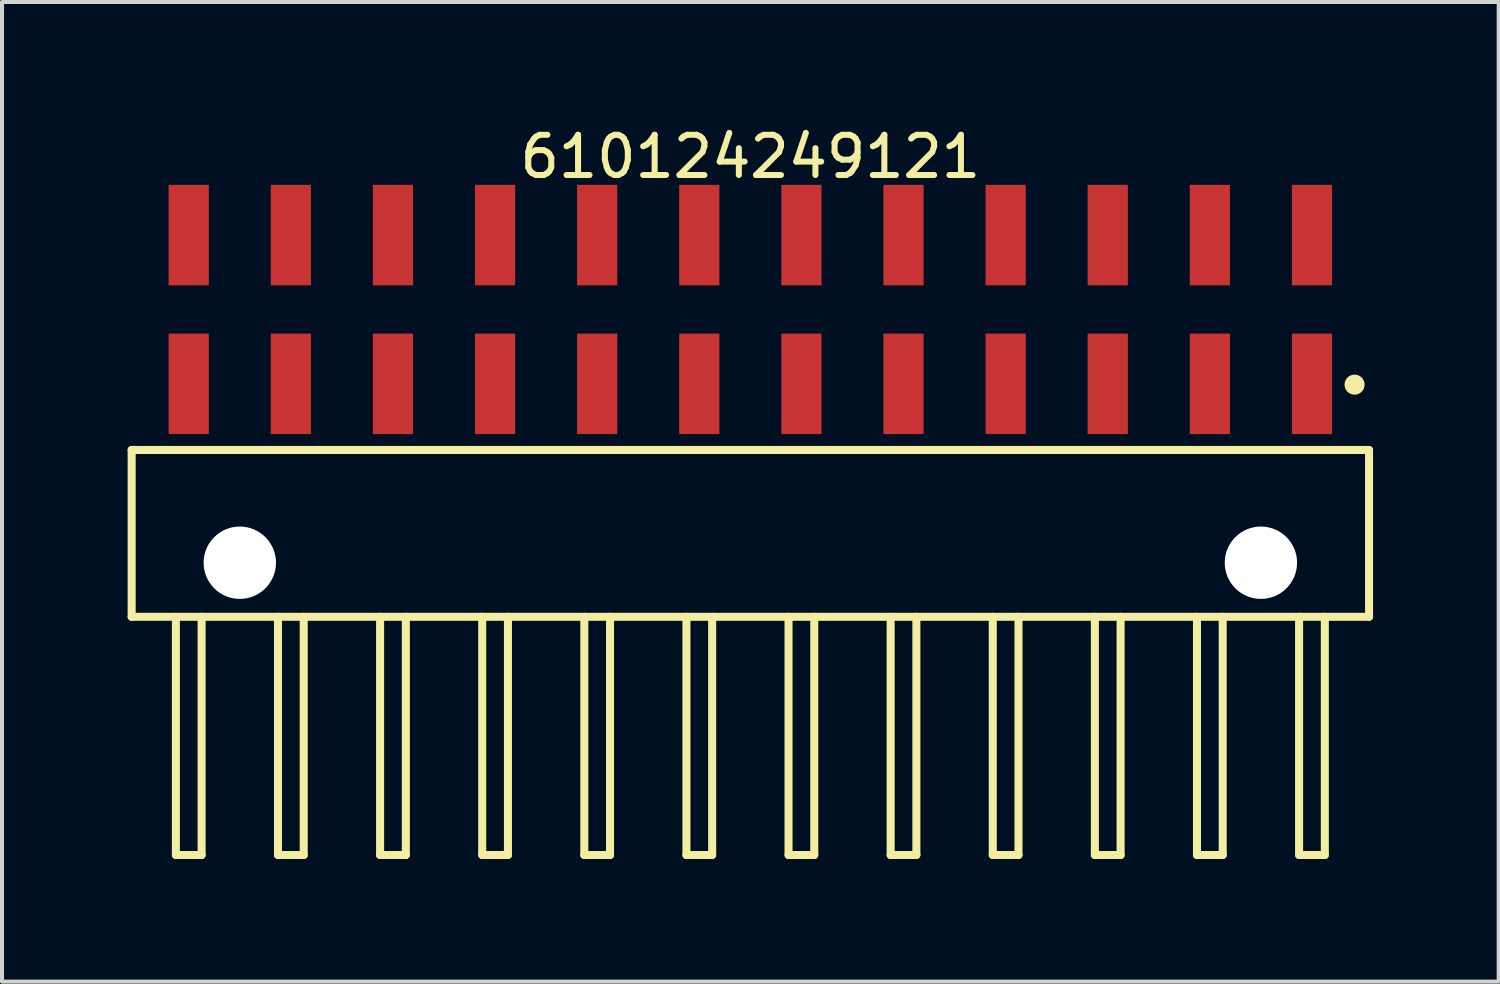
<source format=kicad_pcb>
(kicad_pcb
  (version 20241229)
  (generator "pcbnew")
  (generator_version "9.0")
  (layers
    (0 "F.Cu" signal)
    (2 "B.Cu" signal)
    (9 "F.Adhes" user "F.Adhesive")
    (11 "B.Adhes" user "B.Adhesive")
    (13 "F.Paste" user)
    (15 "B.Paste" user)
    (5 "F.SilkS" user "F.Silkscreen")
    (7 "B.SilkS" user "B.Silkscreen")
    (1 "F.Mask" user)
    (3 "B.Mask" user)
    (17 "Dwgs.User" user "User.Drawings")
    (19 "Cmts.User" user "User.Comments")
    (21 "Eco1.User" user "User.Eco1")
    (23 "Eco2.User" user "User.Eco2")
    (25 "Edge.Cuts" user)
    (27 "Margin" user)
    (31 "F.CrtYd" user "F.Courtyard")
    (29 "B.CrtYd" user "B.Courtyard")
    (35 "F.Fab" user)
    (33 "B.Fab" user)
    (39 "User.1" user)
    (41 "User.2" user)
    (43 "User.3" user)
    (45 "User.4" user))
  (footprint "610124249121"
    (layer "F.Cu")
    (at 15.615 10.218)
    (property "Reference" "610124249121" (at 0 -9.37 0) (layer "F.SilkS") (effects (font (size 1 1) (thickness 0.15))))
    (fp_line (start -15.39 -2.075) (end 15.39 -2.075) (stroke (width 0.2) (type solid)) (layer "F.SilkS"))
    (fp_line (start -15.39 2.075) (end -15.39 -2.075) (stroke (width 0.2) (type solid)) (layer "F.SilkS"))
    (fp_line (start -15.39 2.075) (end 15.39 2.075) (stroke (width 0.2) (type solid)) (layer "F.SilkS"))
    (fp_line (start -14.29 8) (end -14.29 2.075) (stroke (width 0.2) (type solid)) (layer "F.SilkS"))
    (fp_line (start -14.29 8) (end -13.65 8) (stroke (width 0.2) (type solid)) (layer "F.SilkS"))
    (fp_line (start -13.65 8) (end -13.65 2.075) (stroke (width 0.2) (type solid)) (layer "F.SilkS"))
    (fp_line (start -11.75 8) (end -11.75 2.075) (stroke (width 0.2) (type solid)) (layer "F.SilkS"))
    (fp_line (start -11.75 8) (end -11.11 8) (stroke (width 0.2) (type solid)) (layer "F.SilkS"))
    (fp_line (start -11.11 8) (end -11.11 2.075) (stroke (width 0.2) (type solid)) (layer "F.SilkS"))
    (fp_line (start -9.21 8) (end -9.21 2.075) (stroke (width 0.2) (type solid)) (layer "F.SilkS"))
    (fp_line (start -9.21 8) (end -8.57 8) (stroke (width 0.2) (type solid)) (layer "F.SilkS"))
    (fp_line (start -8.57 8) (end -8.57 2.075) (stroke (width 0.2) (type solid)) (layer "F.SilkS"))
    (fp_line (start -6.67 8) (end -6.67 2.075) (stroke (width 0.2) (type solid)) (layer "F.SilkS"))
    (fp_line (start -6.67 8) (end -6.03 8) (stroke (width 0.2) (type solid)) (layer "F.SilkS"))
    (fp_line (start -6.03 8) (end -6.03 2.075) (stroke (width 0.2) (type solid)) (layer "F.SilkS"))
    (fp_line (start -4.13 8) (end -4.13 2.075) (stroke (width 0.2) (type solid)) (layer "F.SilkS"))
    (fp_line (start -4.13 8) (end -3.49 8) (stroke (width 0.2) (type solid)) (layer "F.SilkS"))
    (fp_line (start -3.49 8) (end -3.49 2.075) (stroke (width 0.2) (type solid)) (layer "F.SilkS"))
    (fp_line (start -1.59 8) (end -1.59 2.075) (stroke (width 0.2) (type solid)) (layer "F.SilkS"))
    (fp_line (start -1.59 8) (end -0.95 8) (stroke (width 0.2) (type solid)) (layer "F.SilkS"))
    (fp_line (start -0.95 8) (end -0.95 2.075) (stroke (width 0.2) (type solid)) (layer "F.SilkS"))
    (fp_line (start 0.95 8) (end 0.95 2.075) (stroke (width 0.2) (type solid)) (layer "F.SilkS"))
    (fp_line (start 0.95 8) (end 1.59 8) (stroke (width 0.2) (type solid)) (layer "F.SilkS"))
    (fp_line (start 1.59 8) (end 1.59 2.075) (stroke (width 0.2) (type solid)) (layer "F.SilkS"))
    (fp_line (start 3.49 8) (end 3.49 2.075) (stroke (width 0.2) (type solid)) (layer "F.SilkS"))
    (fp_line (start 3.49 8) (end 4.13 8) (stroke (width 0.2) (type solid)) (layer "F.SilkS"))
    (fp_line (start 4.13 8) (end 4.13 2.075) (stroke (width 0.2) (type solid)) (layer "F.SilkS"))
    (fp_line (start 6.03 8) (end 6.03 2.075) (stroke (width 0.2) (type solid)) (layer "F.SilkS"))
    (fp_line (start 6.03 8) (end 6.67 8) (stroke (width 0.2) (type solid)) (layer "F.SilkS"))
    (fp_line (start 6.67 8) (end 6.67 2.075) (stroke (width 0.2) (type solid)) (layer "F.SilkS"))
    (fp_line (start 8.57 8) (end 8.57 2.075) (stroke (width 0.2) (type solid)) (layer "F.SilkS"))
    (fp_line (start 8.57 8) (end 9.21 8) (stroke (width 0.2) (type solid)) (layer "F.SilkS"))
    (fp_line (start 9.21 8) (end 9.21 2.075) (stroke (width 0.2) (type solid)) (layer "F.SilkS"))
    (fp_line (start 11.11 8) (end 11.11 2.075) (stroke (width 0.2) (type solid)) (layer "F.SilkS"))
    (fp_line (start 11.11 8) (end 11.75 8) (stroke (width 0.2) (type solid)) (layer "F.SilkS"))
    (fp_line (start 11.75 8) (end 11.75 2.075) (stroke (width 0.2) (type solid)) (layer "F.SilkS"))
    (fp_line (start 13.65 8) (end 13.65 2.075) (stroke (width 0.2) (type solid)) (layer "F.SilkS"))
    (fp_line (start 13.65 8) (end 14.29 8) (stroke (width 0.2) (type solid)) (layer "F.SilkS"))
    (fp_line (start 14.29 8) (end 14.29 2.075) (stroke (width 0.2) (type solid)) (layer "F.SilkS"))
    (fp_line (start 15.39 2.075) (end 15.39 -2.075) (stroke (width 0.2) (type solid)) (layer "F.SilkS"))
    (fp_circle (center 15.03 -3.7) (end 15.03 -3.825) (stroke (width 0.25) (type solid)) (fill no) (layer "F.SilkS"))
    (fp_line (start -15.59 -8.87) (end 15.59 -8.87) (stroke (width 0.05) (type solid)) (layer "Eco2.User"))
    (fp_line (start -15.59 8.125) (end -15.59 -8.87) (stroke (width 0.05) (type solid)) (layer "Eco2.User"))
    (fp_line (start -15.59 8.125) (end 15.59 8.125) (stroke (width 0.05) (type solid)) (layer "Eco2.User"))
    (fp_line (start -15.24 -2) (end 15.24 -2) (stroke (width 0.1) (type solid)) (layer "Eco2.User"))
    (fp_line (start -15.24 2) (end -15.24 -2) (stroke (width 0.1) (type solid)) (layer "Eco2.User"))
    (fp_line (start -15.24 2) (end 15.24 2) (stroke (width 0.1) (type solid)) (layer "Eco2.User"))
    (fp_line (start -14.3 -8.16) (end -13.66 -8.16) (stroke (width 0.1) (type solid)) (layer "Eco2.User"))
    (fp_line (start -14.3 -7.815) (end -14.3 -8.16) (stroke (width 0.1) (type solid)) (layer "Eco2.User"))
    (fp_line (start -14.3 -7.535) (end -14.3 -7.815) (stroke (width 0.1) (type solid)) (layer "Eco2.User"))
    (fp_line (start -14.3 -4.48) (end -13.66 -4.48) (stroke (width 0.1) (type solid)) (layer "Eco2.User"))
    (fp_line (start -14.3 -4.135) (end -14.3 -4.26) (stroke (width 0.1) (type solid)) (layer "Eco2.User"))
    (fp_line (start -14.3 -2) (end -14.3 -8.16) (stroke (width 0.1) (type solid)) (layer "Eco2.User"))
    (fp_line (start -14.29 8) (end -14.29 2) (stroke (width 0.1) (type solid)) (layer "Eco2.User"))
    (fp_line (start -14.29 8) (end -13.65 8) (stroke (width 0.1) (type solid)) (layer "Eco2.User"))
    (fp_line (start -13.66 -7.815) (end -13.66 -8.16) (stroke (width 0.1) (type solid)) (layer "Eco2.User"))
    (fp_line (start -13.66 -7.535) (end -13.66 -7.815) (stroke (width 0.1) (type solid)) (layer "Eco2.User"))
    (fp_line (start -13.66 -4.135) (end -13.66 -4.26) (stroke (width 0.1) (type solid)) (layer "Eco2.User"))
    (fp_line (start -13.66 -2) (end -13.66 -8.16) (stroke (width 0.1) (type solid)) (layer "Eco2.User"))
    (fp_line (start -13.65 8) (end -13.65 2) (stroke (width 0.1) (type solid)) (layer "Eco2.User"))
    (fp_line (start -11.76 -8.16) (end -11.12 -8.16) (stroke (width 0.1) (type solid)) (layer "Eco2.User"))
    (fp_line (start -11.76 -7.815) (end -11.76 -8.16) (stroke (width 0.1) (type solid)) (layer "Eco2.User"))
    (fp_line (start -11.76 -7.535) (end -11.76 -7.815) (stroke (width 0.1) (type solid)) (layer "Eco2.User"))
    (fp_line (start -11.76 -4.48) (end -11.12 -4.48) (stroke (width 0.1) (type solid)) (layer "Eco2.User"))
    (fp_line (start -11.76 -4.135) (end -11.76 -4.26) (stroke (width 0.1) (type solid)) (layer "Eco2.User"))
    (fp_line (start -11.76 -2) (end -11.76 -8.16) (stroke (width 0.1) (type solid)) (layer "Eco2.User"))
    (fp_line (start -11.75 8) (end -11.75 2) (stroke (width 0.1) (type solid)) (layer "Eco2.User"))
    (fp_line (start -11.75 8) (end -11.11 8) (stroke (width 0.1) (type solid)) (layer "Eco2.User"))
    (fp_line (start -11.12 -7.815) (end -11.12 -8.16) (stroke (width 0.1) (type solid)) (layer "Eco2.User"))
    (fp_line (start -11.12 -7.535) (end -11.12 -7.815) (stroke (width 0.1) (type solid)) (layer "Eco2.User"))
    (fp_line (start -11.12 -4.135) (end -11.12 -4.26) (stroke (width 0.1) (type solid)) (layer "Eco2.User"))
    (fp_line (start -11.12 -2) (end -11.12 -8.16) (stroke (width 0.1) (type solid)) (layer "Eco2.User"))
    (fp_line (start -11.11 8) (end -11.11 2) (stroke (width 0.1) (type solid)) (layer "Eco2.User"))
    (fp_line (start -9.22 -8.16) (end -8.58 -8.16) (stroke (width 0.1) (type solid)) (layer "Eco2.User"))
    (fp_line (start -9.22 -7.815) (end -9.22 -8.16) (stroke (width 0.1) (type solid)) (layer "Eco2.User"))
    (fp_line (start -9.22 -7.535) (end -9.22 -7.815) (stroke (width 0.1) (type solid)) (layer "Eco2.User"))
    (fp_line (start -9.22 -4.48) (end -8.58 -4.48) (stroke (width 0.1) (type solid)) (layer "Eco2.User"))
    (fp_line (start -9.22 -4.135) (end -9.22 -4.26) (stroke (width 0.1) (type solid)) (layer "Eco2.User"))
    (fp_line (start -9.22 -2) (end -9.22 -8.16) (stroke (width 0.1) (type solid)) (layer "Eco2.User"))
    (fp_line (start -9.21 8) (end -9.21 2) (stroke (width 0.1) (type solid)) (layer "Eco2.User"))
    (fp_line (start -9.21 8) (end -8.57 8) (stroke (width 0.1) (type solid)) (layer "Eco2.User"))
    (fp_line (start -8.58 -7.815) (end -8.58 -8.16) (stroke (width 0.1) (type solid)) (layer "Eco2.User"))
    (fp_line (start -8.58 -7.535) (end -8.58 -7.815) (stroke (width 0.1) (type solid)) (layer "Eco2.User"))
    (fp_line (start -8.58 -4.135) (end -8.58 -4.26) (stroke (width 0.1) (type solid)) (layer "Eco2.User"))
    (fp_line (start -8.58 -2) (end -8.58 -8.16) (stroke (width 0.1) (type solid)) (layer "Eco2.User"))
    (fp_line (start -8.57 8) (end -8.57 2) (stroke (width 0.1) (type solid)) (layer "Eco2.User"))
    (fp_line (start -6.68 -8.16) (end -6.04 -8.16) (stroke (width 0.1) (type solid)) (layer "Eco2.User"))
    (fp_line (start -6.68 -7.815) (end -6.68 -8.16) (stroke (width 0.1) (type solid)) (layer "Eco2.User"))
    (fp_line (start -6.68 -7.535) (end -6.68 -7.815) (stroke (width 0.1) (type solid)) (layer "Eco2.User"))
    (fp_line (start -6.68 -4.48) (end -6.04 -4.48) (stroke (width 0.1) (type solid)) (layer "Eco2.User"))
    (fp_line (start -6.68 -4.135) (end -6.68 -4.26) (stroke (width 0.1) (type solid)) (layer "Eco2.User"))
    (fp_line (start -6.68 -2) (end -6.68 -8.16) (stroke (width 0.1) (type solid)) (layer "Eco2.User"))
    (fp_line (start -6.67 8) (end -6.67 2) (stroke (width 0.1) (type solid)) (layer "Eco2.User"))
    (fp_line (start -6.67 8) (end -6.03 8) (stroke (width 0.1) (type solid)) (layer "Eco2.User"))
    (fp_line (start -6.04 -7.815) (end -6.04 -8.16) (stroke (width 0.1) (type solid)) (layer "Eco2.User"))
    (fp_line (start -6.04 -7.535) (end -6.04 -7.815) (stroke (width 0.1) (type solid)) (layer "Eco2.User"))
    (fp_line (start -6.04 -4.135) (end -6.04 -4.26) (stroke (width 0.1) (type solid)) (layer "Eco2.User"))
    (fp_line (start -6.04 -2) (end -6.04 -8.16) (stroke (width 0.1) (type solid)) (layer "Eco2.User"))
    (fp_line (start -6.03 8) (end -6.03 2) (stroke (width 0.1) (type solid)) (layer "Eco2.User"))
    (fp_line (start -4.14 -8.16) (end -3.5 -8.16) (stroke (width 0.1) (type solid)) (layer "Eco2.User"))
    (fp_line (start -4.14 -7.815) (end -4.14 -8.16) (stroke (width 0.1) (type solid)) (layer "Eco2.User"))
    (fp_line (start -4.14 -7.535) (end -4.14 -7.815) (stroke (width 0.1) (type solid)) (layer "Eco2.User"))
    (fp_line (start -4.14 -4.48) (end -3.5 -4.48) (stroke (width 0.1) (type solid)) (layer "Eco2.User"))
    (fp_line (start -4.14 -4.135) (end -4.14 -4.26) (stroke (width 0.1) (type solid)) (layer "Eco2.User"))
    (fp_line (start -4.14 -2) (end -4.14 -8.16) (stroke (width 0.1) (type solid)) (layer "Eco2.User"))
    (fp_line (start -4.13 8) (end -4.13 2) (stroke (width 0.1) (type solid)) (layer "Eco2.User"))
    (fp_line (start -4.13 8) (end -3.49 8) (stroke (width 0.1) (type solid)) (layer "Eco2.User"))
    (fp_line (start -3.5 -7.815) (end -3.5 -8.16) (stroke (width 0.1) (type solid)) (layer "Eco2.User"))
    (fp_line (start -3.5 -7.535) (end -3.5 -7.815) (stroke (width 0.1) (type solid)) (layer "Eco2.User"))
    (fp_line (start -3.5 -4.135) (end -3.5 -4.26) (stroke (width 0.1) (type solid)) (layer "Eco2.User"))
    (fp_line (start -3.5 -2) (end -3.5 -8.16) (stroke (width 0.1) (type solid)) (layer "Eco2.User"))
    (fp_line (start -3.49 8) (end -3.49 2) (stroke (width 0.1) (type solid)) (layer "Eco2.User"))
    (fp_line (start -1.6 -8.16) (end -0.96 -8.16) (stroke (width 0.1) (type solid)) (layer "Eco2.User"))
    (fp_line (start -1.6 -7.815) (end -1.6 -8.16) (stroke (width 0.1) (type solid)) (layer "Eco2.User"))
    (fp_line (start -1.6 -7.535) (end -1.6 -7.815) (stroke (width 0.1) (type solid)) (layer "Eco2.User"))
    (fp_line (start -1.6 -4.48) (end -0.96 -4.48) (stroke (width 0.1) (type solid)) (layer "Eco2.User"))
    (fp_line (start -1.6 -4.135) (end -1.6 -4.26) (stroke (width 0.1) (type solid)) (layer "Eco2.User"))
    (fp_line (start -1.6 -2) (end -1.6 -8.16) (stroke (width 0.1) (type solid)) (layer "Eco2.User"))
    (fp_line (start -1.59 8) (end -1.59 2) (stroke (width 0.1) (type solid)) (layer "Eco2.User"))
    (fp_line (start -1.59 8) (end -0.95 8) (stroke (width 0.1) (type solid)) (layer "Eco2.User"))
    (fp_line (start -0.96 -7.815) (end -0.96 -8.16) (stroke (width 0.1) (type solid)) (layer "Eco2.User"))
    (fp_line (start -0.96 -7.535) (end -0.96 -7.815) (stroke (width 0.1) (type solid)) (layer "Eco2.User"))
    (fp_line (start -0.96 -4.135) (end -0.96 -4.26) (stroke (width 0.1) (type solid)) (layer "Eco2.User"))
    (fp_line (start -0.96 -2) (end -0.96 -8.16) (stroke (width 0.1) (type solid)) (layer "Eco2.User"))
    (fp_line (start -0.95 8) (end -0.95 2) (stroke (width 0.1) (type solid)) (layer "Eco2.User"))
    (fp_line (start -0.5 0) (end 0.5 0) (stroke (width 0.05) (type solid)) (layer "Eco2.User"))
    (fp_line (start 0 0.5) (end 0 -0.5) (stroke (width 0.05) (type solid)) (layer "Eco2.User"))
    (fp_line (start 0.94 -8.16) (end 1.58 -8.16) (stroke (width 0.1) (type solid)) (layer "Eco2.User"))
    (fp_line (start 0.94 -7.815) (end 0.94 -8.16) (stroke (width 0.1) (type solid)) (layer "Eco2.User"))
    (fp_line (start 0.94 -7.535) (end 0.94 -7.815) (stroke (width 0.1) (type solid)) (layer "Eco2.User"))
    (fp_line (start 0.94 -4.48) (end 1.58 -4.48) (stroke (width 0.1) (type solid)) (layer "Eco2.User"))
    (fp_line (start 0.94 -4.135) (end 0.94 -4.26) (stroke (width 0.1) (type solid)) (layer "Eco2.User"))
    (fp_line (start 0.94 -2) (end 0.94 -8.16) (stroke (width 0.1) (type solid)) (layer "Eco2.User"))
    (fp_line (start 0.95 8) (end 0.95 2) (stroke (width 0.1) (type solid)) (layer "Eco2.User"))
    (fp_line (start 0.95 8) (end 1.59 8) (stroke (width 0.1) (type solid)) (layer "Eco2.User"))
    (fp_line (start 1.58 -7.815) (end 1.58 -8.16) (stroke (width 0.1) (type solid)) (layer "Eco2.User"))
    (fp_line (start 1.58 -7.535) (end 1.58 -7.815) (stroke (width 0.1) (type solid)) (layer "Eco2.User"))
    (fp_line (start 1.58 -4.135) (end 1.58 -4.26) (stroke (width 0.1) (type solid)) (layer "Eco2.User"))
    (fp_line (start 1.58 -2) (end 1.58 -8.16) (stroke (width 0.1) (type solid)) (layer "Eco2.User"))
    (fp_line (start 1.59 8) (end 1.59 2) (stroke (width 0.1) (type solid)) (layer "Eco2.User"))
    (fp_line (start 3.48 -8.16) (end 4.12 -8.16) (stroke (width 0.1) (type solid)) (layer "Eco2.User"))
    (fp_line (start 3.48 -7.815) (end 3.48 -8.16) (stroke (width 0.1) (type solid)) (layer "Eco2.User"))
    (fp_line (start 3.48 -7.535) (end 3.48 -7.815) (stroke (width 0.1) (type solid)) (layer "Eco2.User"))
    (fp_line (start 3.48 -4.48) (end 4.12 -4.48) (stroke (width 0.1) (type solid)) (layer "Eco2.User"))
    (fp_line (start 3.48 -4.135) (end 3.48 -4.26) (stroke (width 0.1) (type solid)) (layer "Eco2.User"))
    (fp_line (start 3.48 -2) (end 3.48 -8.16) (stroke (width 0.1) (type solid)) (layer "Eco2.User"))
    (fp_line (start 3.49 8) (end 3.49 2) (stroke (width 0.1) (type solid)) (layer "Eco2.User"))
    (fp_line (start 3.49 8) (end 4.13 8) (stroke (width 0.1) (type solid)) (layer "Eco2.User"))
    (fp_line (start 4.12 -7.815) (end 4.12 -8.16) (stroke (width 0.1) (type solid)) (layer "Eco2.User"))
    (fp_line (start 4.12 -7.535) (end 4.12 -7.815) (stroke (width 0.1) (type solid)) (layer "Eco2.User"))
    (fp_line (start 4.12 -4.135) (end 4.12 -4.26) (stroke (width 0.1) (type solid)) (layer "Eco2.User"))
    (fp_line (start 4.12 -2) (end 4.12 -8.16) (stroke (width 0.1) (type solid)) (layer "Eco2.User"))
    (fp_line (start 4.13 8) (end 4.13 2) (stroke (width 0.1) (type solid)) (layer "Eco2.User"))
    (fp_line (start 6.02 -8.16) (end 6.66 -8.16) (stroke (width 0.1) (type solid)) (layer "Eco2.User"))
    (fp_line (start 6.02 -7.815) (end 6.02 -8.16) (stroke (width 0.1) (type solid)) (layer "Eco2.User"))
    (fp_line (start 6.02 -7.535) (end 6.02 -7.815) (stroke (width 0.1) (type solid)) (layer "Eco2.User"))
    (fp_line (start 6.02 -4.48) (end 6.66 -4.48) (stroke (width 0.1) (type solid)) (layer "Eco2.User"))
    (fp_line (start 6.02 -4.135) (end 6.02 -4.26) (stroke (width 0.1) (type solid)) (layer "Eco2.User"))
    (fp_line (start 6.02 -2) (end 6.02 -8.16) (stroke (width 0.1) (type solid)) (layer "Eco2.User"))
    (fp_line (start 6.03 8) (end 6.03 2) (stroke (width 0.1) (type solid)) (layer "Eco2.User"))
    (fp_line (start 6.03 8) (end 6.67 8) (stroke (width 0.1) (type solid)) (layer "Eco2.User"))
    (fp_line (start 6.66 -7.815) (end 6.66 -8.16) (stroke (width 0.1) (type solid)) (layer "Eco2.User"))
    (fp_line (start 6.66 -7.535) (end 6.66 -7.815) (stroke (width 0.1) (type solid)) (layer "Eco2.User"))
    (fp_line (start 6.66 -4.135) (end 6.66 -4.26) (stroke (width 0.1) (type solid)) (layer "Eco2.User"))
    (fp_line (start 6.66 -2) (end 6.66 -8.16) (stroke (width 0.1) (type solid)) (layer "Eco2.User"))
    (fp_line (start 6.67 8) (end 6.67 2) (stroke (width 0.1) (type solid)) (layer "Eco2.User"))
    (fp_line (start 8.56 -8.16) (end 9.2 -8.16) (stroke (width 0.1) (type solid)) (layer "Eco2.User"))
    (fp_line (start 8.56 -7.815) (end 8.56 -8.16) (stroke (width 0.1) (type solid)) (layer "Eco2.User"))
    (fp_line (start 8.56 -7.535) (end 8.56 -7.815) (stroke (width 0.1) (type solid)) (layer "Eco2.User"))
    (fp_line (start 8.56 -4.48) (end 9.2 -4.48) (stroke (width 0.1) (type solid)) (layer "Eco2.User"))
    (fp_line (start 8.56 -4.135) (end 8.56 -4.26) (stroke (width 0.1) (type solid)) (layer "Eco2.User"))
    (fp_line (start 8.56 -2) (end 8.56 -8.16) (stroke (width 0.1) (type solid)) (layer "Eco2.User"))
    (fp_line (start 8.57 8) (end 8.57 2) (stroke (width 0.1) (type solid)) (layer "Eco2.User"))
    (fp_line (start 8.57 8) (end 9.21 8) (stroke (width 0.1) (type solid)) (layer "Eco2.User"))
    (fp_line (start 9.2 -7.815) (end 9.2 -8.16) (stroke (width 0.1) (type solid)) (layer "Eco2.User"))
    (fp_line (start 9.2 -7.535) (end 9.2 -7.815) (stroke (width 0.1) (type solid)) (layer "Eco2.User"))
    (fp_line (start 9.2 -4.135) (end 9.2 -4.26) (stroke (width 0.1) (type solid)) (layer "Eco2.User"))
    (fp_line (start 9.2 -2) (end 9.2 -8.16) (stroke (width 0.1) (type solid)) (layer "Eco2.User"))
    (fp_line (start 9.21 8) (end 9.21 2) (stroke (width 0.1) (type solid)) (layer "Eco2.User"))
    (fp_line (start 11.1 -8.16) (end 11.74 -8.16) (stroke (width 0.1) (type solid)) (layer "Eco2.User"))
    (fp_line (start 11.1 -7.815) (end 11.1 -8.16) (stroke (width 0.1) (type solid)) (layer "Eco2.User"))
    (fp_line (start 11.1 -7.535) (end 11.1 -7.815) (stroke (width 0.1) (type solid)) (layer "Eco2.User"))
    (fp_line (start 11.1 -4.48) (end 11.74 -4.48) (stroke (width 0.1) (type solid)) (layer "Eco2.User"))
    (fp_line (start 11.1 -4.135) (end 11.1 -4.26) (stroke (width 0.1) (type solid)) (layer "Eco2.User"))
    (fp_line (start 11.1 -2) (end 11.1 -8.16) (stroke (width 0.1) (type solid)) (layer "Eco2.User"))
    (fp_line (start 11.11 8) (end 11.11 2) (stroke (width 0.1) (type solid)) (layer "Eco2.User"))
    (fp_line (start 11.11 8) (end 11.75 8) (stroke (width 0.1) (type solid)) (layer "Eco2.User"))
    (fp_line (start 11.74 -7.815) (end 11.74 -8.16) (stroke (width 0.1) (type solid)) (layer "Eco2.User"))
    (fp_line (start 11.74 -7.535) (end 11.74 -7.815) (stroke (width 0.1) (type solid)) (layer "Eco2.User"))
    (fp_line (start 11.74 -4.135) (end 11.74 -4.26) (stroke (width 0.1) (type solid)) (layer "Eco2.User"))
    (fp_line (start 11.74 -2) (end 11.74 -8.16) (stroke (width 0.1) (type solid)) (layer "Eco2.User"))
    (fp_line (start 11.75 8) (end 11.75 2) (stroke (width 0.1) (type solid)) (layer "Eco2.User"))
    (fp_line (start 13.64 -8.16) (end 14.28 -8.16) (stroke (width 0.1) (type solid)) (layer "Eco2.User"))
    (fp_line (start 13.64 -7.815) (end 13.64 -8.16) (stroke (width 0.1) (type solid)) (layer "Eco2.User"))
    (fp_line (start 13.64 -7.535) (end 13.64 -7.815) (stroke (width 0.1) (type solid)) (layer "Eco2.User"))
    (fp_line (start 13.64 -4.48) (end 14.28 -4.48) (stroke (width 0.1) (type solid)) (layer "Eco2.User"))
    (fp_line (start 13.64 -4.135) (end 13.64 -4.26) (stroke (width 0.1) (type solid)) (layer "Eco2.User"))
    (fp_line (start 13.64 -2) (end 13.64 -8.16) (stroke (width 0.1) (type solid)) (layer "Eco2.User"))
    (fp_line (start 13.65 8) (end 13.65 2) (stroke (width 0.1) (type solid)) (layer "Eco2.User"))
    (fp_line (start 13.65 8) (end 14.29 8) (stroke (width 0.1) (type solid)) (layer "Eco2.User"))
    (fp_line (start 14.28 -7.815) (end 14.28 -8.16) (stroke (width 0.1) (type solid)) (layer "Eco2.User"))
    (fp_line (start 14.28 -7.535) (end 14.28 -7.815) (stroke (width 0.1) (type solid)) (layer "Eco2.User"))
    (fp_line (start 14.28 -4.135) (end 14.28 -4.26) (stroke (width 0.1) (type solid)) (layer "Eco2.User"))
    (fp_line (start 14.28 -2) (end 14.28 -8.16) (stroke (width 0.1) (type solid)) (layer "Eco2.User"))
    (fp_line (start 14.29 8) (end 14.29 2) (stroke (width 0.1) (type solid)) (layer "Eco2.User"))
    (fp_line (start 15.24 2) (end 15.24 -2) (stroke (width 0.1) (type solid)) (layer "Eco2.User"))
    (fp_line (start 15.59 8.125) (end 15.59 -8.87) (stroke (width 0.05) (type solid)) (layer "Eco2.User"))
    (fp_text user "${REFERENCE}" (at 0.15 -0.197 0) (unlocked yes) (layer "User.3") (effects (font (size 1.5 1.5) (thickness 0.15))))
    (pad "" np_thru_hole circle (at -12.7 0.73) (size 1.8 1.8) (drill 1.8) (layers "*.Cu" "*.Mask"))
    (pad "" np_thru_hole circle (at 12.7 0.73) (size 1.8 1.8) (drill 1.8) (layers "*.Cu" "*.Mask"))
    (pad "1" smd rect (at 13.97 -3.72) (size 1 2.5) (layers "F.Cu" "F.Mask" "F.Paste"))
    (pad "2" smd rect (at 13.97 -7.42) (size 1 2.5) (layers "F.Cu" "F.Mask" "F.Paste"))
    (pad "3" smd rect (at 11.43 -3.72) (size 1 2.5) (layers "F.Cu" "F.Mask" "F.Paste"))
    (pad "4" smd rect (at 11.43 -7.42) (size 1 2.5) (layers "F.Cu" "F.Mask" "F.Paste"))
    (pad "5" smd rect (at 8.89 -3.72) (size 1 2.5) (layers "F.Cu" "F.Mask" "F.Paste"))
    (pad "6" smd rect (at 8.89 -7.42) (size 1 2.5) (layers "F.Cu" "F.Mask" "F.Paste"))
    (pad "7" smd rect (at 6.35 -3.72) (size 1 2.5) (layers "F.Cu" "F.Mask" "F.Paste"))
    (pad "8" smd rect (at 6.35 -7.42) (size 1 2.5) (layers "F.Cu" "F.Mask" "F.Paste"))
    (pad "9" smd rect (at 3.81 -3.72) (size 1 2.5) (layers "F.Cu" "F.Mask" "F.Paste"))
    (pad "10" smd rect (at 3.81 -7.42) (size 1 2.5) (layers "F.Cu" "F.Mask" "F.Paste"))
    (pad "11" smd rect (at 1.27 -3.72) (size 1 2.5) (layers "F.Cu" "F.Mask" "F.Paste"))
    (pad "12" smd rect (at 1.27 -7.42) (size 1 2.5) (layers "F.Cu" "F.Mask" "F.Paste"))
    (pad "13" smd rect (at -1.27 -3.72) (size 1 2.5) (layers "F.Cu" "F.Mask" "F.Paste"))
    (pad "14" smd rect (at -1.27 -7.42) (size 1 2.5) (layers "F.Cu" "F.Mask" "F.Paste"))
    (pad "15" smd rect (at -3.81 -3.72) (size 1 2.5) (layers "F.Cu" "F.Mask" "F.Paste"))
    (pad "16" smd rect (at -3.81 -7.42) (size 1 2.5) (layers "F.Cu" "F.Mask" "F.Paste"))
    (pad "17" smd rect (at -6.35 -3.72) (size 1 2.5) (layers "F.Cu" "F.Mask" "F.Paste"))
    (pad "18" smd rect (at -6.35 -7.42) (size 1 2.5) (layers "F.Cu" "F.Mask" "F.Paste"))
    (pad "19" smd rect (at -8.89 -3.72) (size 1 2.5) (layers "F.Cu" "F.Mask" "F.Paste"))
    (pad "20" smd rect (at -8.89 -7.42) (size 1 2.5) (layers "F.Cu" "F.Mask" "F.Paste"))
    (pad "21" smd rect (at -11.43 -3.72) (size 1 2.5) (layers "F.Cu" "F.Mask" "F.Paste"))
    (pad "22" smd rect (at -11.43 -7.42) (size 1 2.5) (layers "F.Cu" "F.Mask" "F.Paste"))
    (pad "23" smd rect (at -13.97 -3.72) (size 1 2.5) (layers "F.Cu" "F.Mask" "F.Paste"))
    (pad "24" smd rect (at -13.97 -7.42) (size 1 2.5) (layers "F.Cu" "F.Mask" "F.Paste")))
  (gr_rect
    (start -3 -3)
    (end 34.23 21.368)
    (stroke (width 0.1) (type default))
    (fill no)
    (layer "Edge.Cuts")))
</source>
